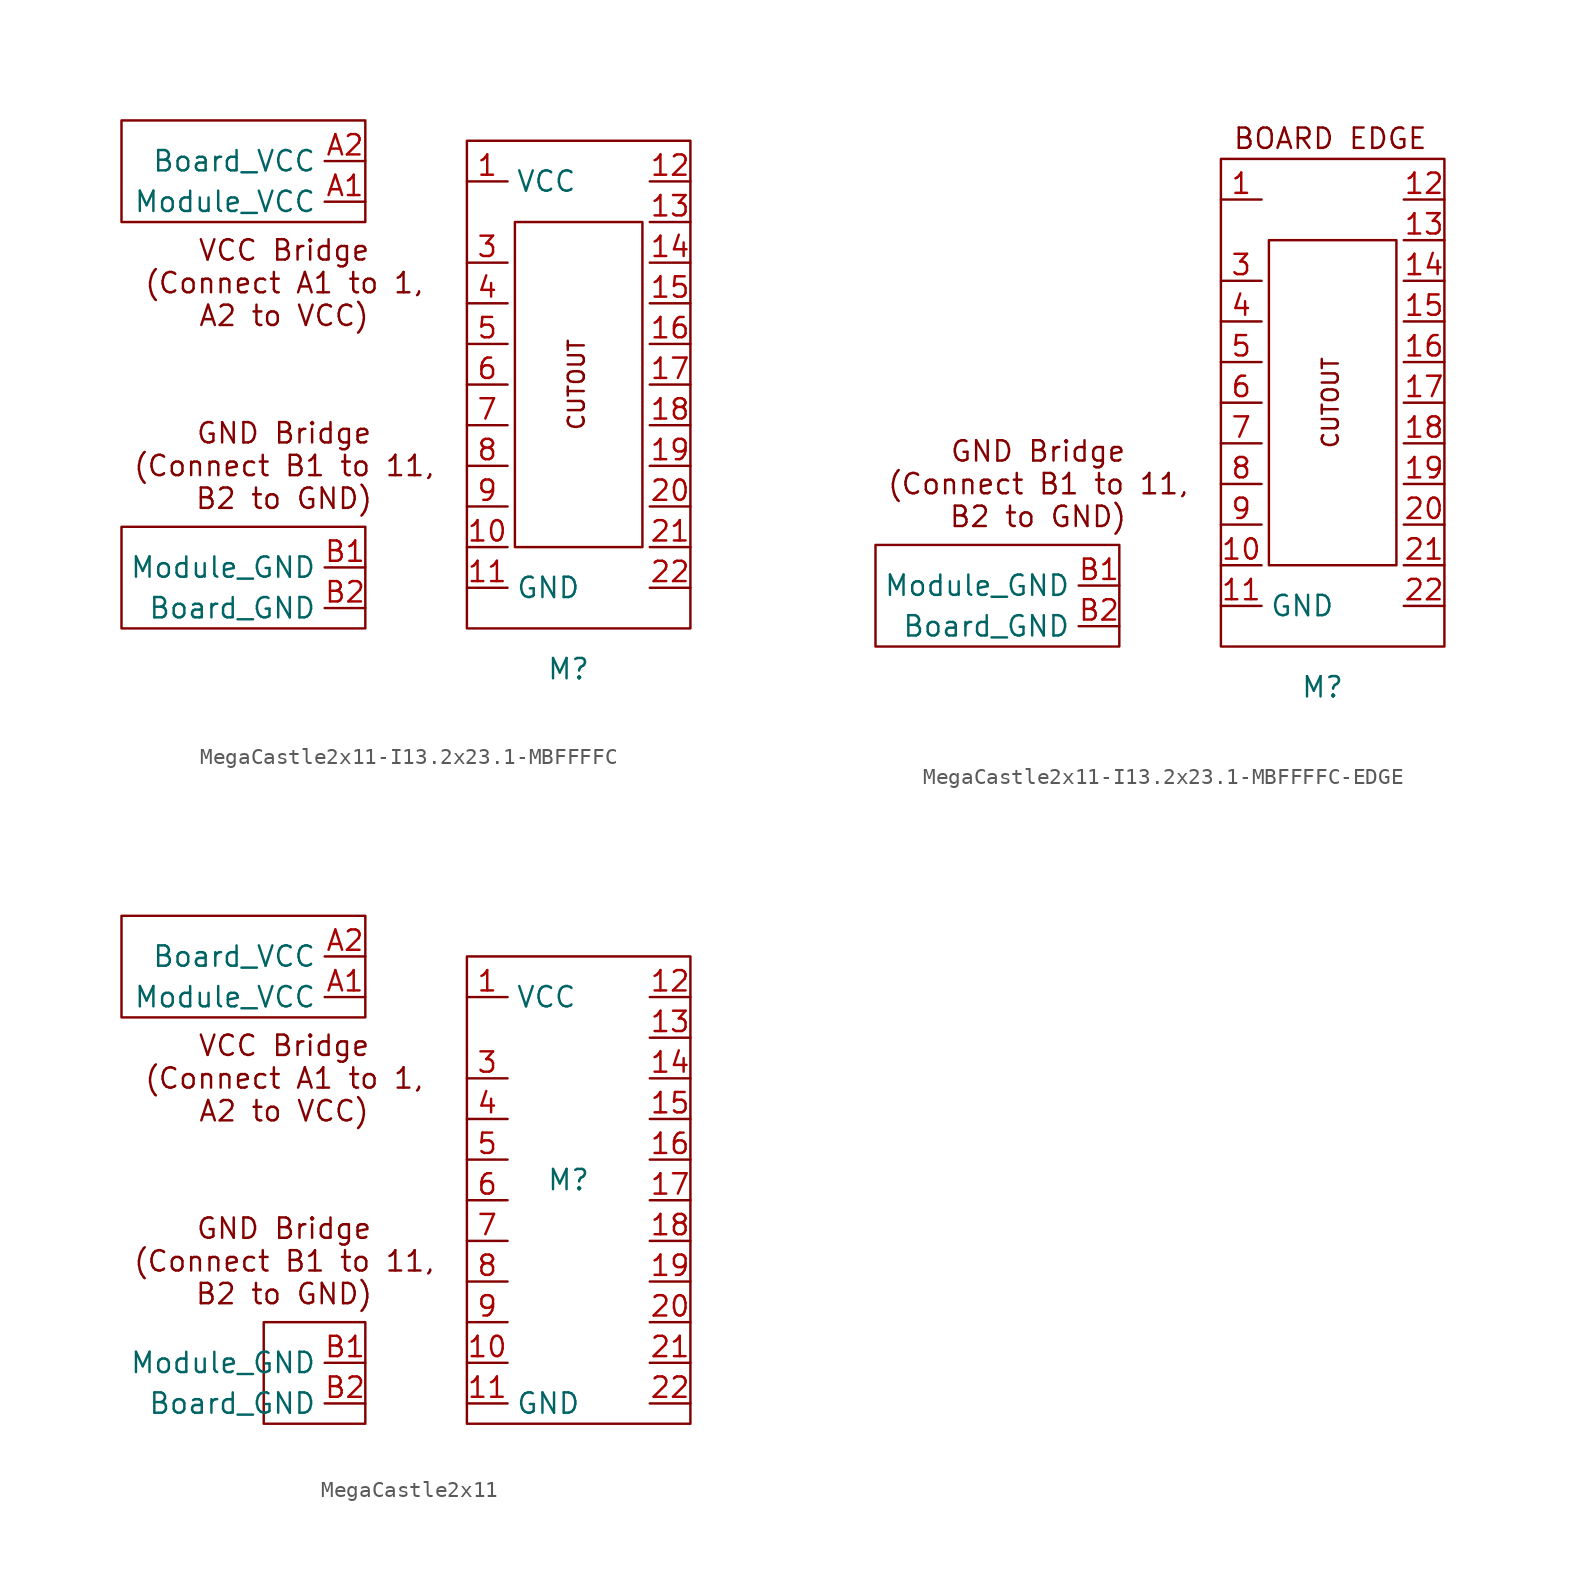
<source format=kicad_sym>
(kicad_symbol_lib
  (version 20241209)
  (generator "kicad_symbol_editor")
  (generator_version "9.0")
  (symbol "MegaCastle2x11-I13.2x23.1-MBFFFFC"
    (property "Reference" "M"
      (at 0 -17.78 0)
      (effects (font (size 1.27 1.27))))
    (property "Value" ""
      (at 0 5.08 0)
      (effects (font (size 1.27 1.27))))
    (symbol "MegaCastle2x11-I13.2x23.1-MBFFFFC_0_1"
      (rectangle (start -27.94 16.51) (end -12.7 10.16) (stroke (width 0) (type default)) (fill (type none)))
      (rectangle (start -27.94 -8.89) (end -12.7 -15.24) (stroke (width 0) (type default)) (fill (type none)))
      (rectangle (start -6.35 15.24) (end 7.62 -15.24) (stroke (width 0) (type default)) (fill (type none)))
      (rectangle (start -3.35 10.16) (end 4.62 -10.16) (stroke (width 0) (type default)) (fill (type none))))
    (symbol "MegaCastle2x11-I13.2x23.1-MBFFFFC_1_1"
      (text "VCC Bridge\n(Connect A1 to 1,\nA2 to VCC)" (at -17.78 6.35 0) (effects (font (size 1.27 1.27))))
      (text "GND Bridge\n(Connect B1 to 11,\nB2 to GND)" (at -17.78 -5.08 0) (effects (font (size 1.27 1.27))))
      (text "CUTOUT" (at 0.5 0 900) (effects (font (size 1 1))))
      (pin bidirectional line (at -12.7 13.97 180) (length 2.54) (name "Board_VCC" (effects (font (size 1.27 1.27)))) (number "A2" (effects (font (size 1.27 1.27)))))
      (pin bidirectional line (at -12.7 11.43 180) (length 2.54) (name "Module_VCC" (effects (font (size 1.27 1.27)))) (number "A1" (effects (font (size 1.27 1.27)))))
      (pin bidirectional line (at -12.7 -11.43 180) (length 2.54) (name "Module_GND" (effects (font (size 1.27 1.27)))) (number "B1" (effects (font (size 1.27 1.27)))))
      (pin bidirectional line (at -12.7 -13.97 180) (length 2.54) (name "Board_GND" (effects (font (size 1.27 1.27)))) (number "B2" (effects (font (size 1.27 1.27)))))
      (pin bidirectional line (at -6.35 12.7 0) (length 2.54) (name "VCC" (effects (font (size 1.27 1.27)))) (number "1" (effects (font (size 1.27 1.27)))))
      (pin bidirectional line (at -6.35 7.62 0) (length 2.54) (name "" (effects (font (size 1.27 1.27)))) (number "3" (effects (font (size 1.27 1.27)))))
      (pin bidirectional line (at -6.35 5.08 0) (length 2.54) (name "" (effects (font (size 1.27 1.27)))) (number "4" (effects (font (size 1.27 1.27)))))
      (pin bidirectional line (at -6.35 2.54 0) (length 2.54) (name "" (effects (font (size 1.27 1.27)))) (number "5" (effects (font (size 1.27 1.27)))))
      (pin bidirectional line (at -6.35 0 0) (length 2.54) (name "" (effects (font (size 1.27 1.27)))) (number "6" (effects (font (size 1.27 1.27)))))
      (pin bidirectional line (at -6.35 -2.54 0) (length 2.54) (name "" (effects (font (size 1.27 1.27)))) (number "7" (effects (font (size 1.27 1.27)))))
      (pin bidirectional line (at -6.35 -5.08 0) (length 2.54) (name "" (effects (font (size 1.27 1.27)))) (number "8" (effects (font (size 1.27 1.27)))))
      (pin bidirectional line (at -6.35 -7.62 0) (length 2.54) (name "" (effects (font (size 1.27 1.27)))) (number "9" (effects (font (size 1.27 1.27)))))
      (pin bidirectional line (at -6.35 -10.16 0) (length 2.54) (name "" (effects (font (size 1.27 1.27)))) (number "10" (effects (font (size 1.27 1.27)))))
      (pin bidirectional line (at -6.35 -12.7 0) (length 2.54) (name "GND" (effects (font (size 1.27 1.27)))) (number "11" (effects (font (size 1.27 1.27)))))
      (pin bidirectional line (at 7.62 12.7 180) (length 2.54) (name "" (effects (font (size 1.27 1.27)))) (number "12" (effects (font (size 1.27 1.27)))))
      (pin bidirectional line (at 7.62 10.16 180) (length 2.54) (name "" (effects (font (size 1.27 1.27)))) (number "13" (effects (font (size 1.27 1.27)))))
      (pin bidirectional line (at 7.62 7.62 180) (length 2.54) (name "" (effects (font (size 1.27 1.27)))) (number "14" (effects (font (size 1.27 1.27)))))
      (pin bidirectional line (at 7.62 5.08 180) (length 2.54) (name "" (effects (font (size 1.27 1.27)))) (number "15" (effects (font (size 1.27 1.27)))))
      (pin bidirectional line (at 7.62 2.54 180) (length 2.54) (name "" (effects (font (size 1.27 1.27)))) (number "16" (effects (font (size 1.27 1.27)))))
      (pin bidirectional line (at 7.62 0 180) (length 2.54) (name "" (effects (font (size 1.27 1.27)))) (number "17" (effects (font (size 1.27 1.27)))))
      (pin bidirectional line (at 7.62 -2.54 180) (length 2.54) (name "" (effects (font (size 1.27 1.27)))) (number "18" (effects (font (size 1.27 1.27)))))
      (pin bidirectional line (at 7.62 -5.08 180) (length 2.54) (name "" (effects (font (size 1.27 1.27)))) (number "19" (effects (font (size 1.27 1.27)))))
      (pin bidirectional line (at 7.62 -7.62 180) (length 2.54) (name "" (effects (font (size 1.27 1.27)))) (number "20" (effects (font (size 1.27 1.27)))))
      (pin bidirectional line (at 7.62 -10.16 180) (length 2.54) (name "" (effects (font (size 1.27 1.27)))) (number "21" (effects (font (size 1.27 1.27)))))
      (pin bidirectional line (at 7.62 -12.7 180) (length 2.54) (name "" (effects (font (size 1.27 1.27)))) (number "22" (effects (font (size 1.27 1.27)))))))
  (symbol "MegaCastle2x11-I13.2x23.1-MBFFFFC-EDGE"
    (property "Reference" "M"
      (at 0 -17.78 0)
      (effects (font (size 1.27 1.27))))
    (property "Value" ""
      (at 0 5.08 0)
      (effects (font (size 1.27 1.27))))
    (symbol "MegaCastle2x11-I13.2x23.1-MBFFFFC-EDGE_0_1"
      (rectangle (start -27.94 -8.89) (end -12.7 -15.24) (stroke (width 0) (type default)) (fill (type none)))
      (rectangle (start -6.35 15.24) (end 7.62 -15.24) (stroke (width 0) (type default)) (fill (type none)))
      (rectangle (start -3.35 10.16) (end 4.62 -10.16) (stroke (width 0) (type default)) (fill (type none))))
    (symbol "MegaCastle2x11-I13.2x23.1-MBFFFFC-EDGE_1_1"
      (text "GND Bridge\n(Connect B1 to 11,\nB2 to GND)" (at -17.78 -5.08 0) (effects (font (size 1.27 1.27))))
      (text " BOARD EDGE" (at 0 16.51 0) (effects (font (size 1.27 1.27))))
      (text "CUTOUT" (at 0.5 0 900) (effects (font (size 1 1))))
      (pin bidirectional line (at -12.7 -11.43 180) (length 2.54) (name "Module_GND" (effects (font (size 1.27 1.27)))) (number "B1" (effects (font (size 1.27 1.27)))))
      (pin bidirectional line (at -12.7 -13.97 180) (length 2.54) (name "Board_GND" (effects (font (size 1.27 1.27)))) (number "B2" (effects (font (size 1.27 1.27)))))
      (pin bidirectional line (at -6.35 12.7 0) (length 2.54) (name "" (effects (font (size 1.27 1.27)))) (number "1" (effects (font (size 1.27 1.27)))))
      (pin bidirectional line (at -6.35 7.62 0) (length 2.54) (name "" (effects (font (size 1.27 1.27)))) (number "3" (effects (font (size 1.27 1.27)))))
      (pin bidirectional line (at -6.35 5.08 0) (length 2.54) (name "" (effects (font (size 1.27 1.27)))) (number "4" (effects (font (size 1.27 1.27)))))
      (pin bidirectional line (at -6.35 2.54 0) (length 2.54) (name "" (effects (font (size 1.27 1.27)))) (number "5" (effects (font (size 1.27 1.27)))))
      (pin bidirectional line (at -6.35 0 0) (length 2.54) (name "" (effects (font (size 1.27 1.27)))) (number "6" (effects (font (size 1.27 1.27)))))
      (pin bidirectional line (at -6.35 -2.54 0) (length 2.54) (name "" (effects (font (size 1.27 1.27)))) (number "7" (effects (font (size 1.27 1.27)))))
      (pin bidirectional line (at -6.35 -5.08 0) (length 2.54) (name "" (effects (font (size 1.27 1.27)))) (number "8" (effects (font (size 1.27 1.27)))))
      (pin bidirectional line (at -6.35 -7.62 0) (length 2.54) (name "" (effects (font (size 1.27 1.27)))) (number "9" (effects (font (size 1.27 1.27)))))
      (pin bidirectional line (at -6.35 -10.16 0) (length 2.54) (name "" (effects (font (size 1.27 1.27)))) (number "10" (effects (font (size 1.27 1.27)))))
      (pin bidirectional line (at -6.35 -12.7 0) (length 2.54) (name "GND" (effects (font (size 1.27 1.27)))) (number "11" (effects (font (size 1.27 1.27)))))
      (pin bidirectional line (at 7.62 12.7 180) (length 2.54) (name "" (effects (font (size 1.27 1.27)))) (number "12" (effects (font (size 1.27 1.27)))))
      (pin bidirectional line (at 7.62 10.16 180) (length 2.54) (name "" (effects (font (size 1.27 1.27)))) (number "13" (effects (font (size 1.27 1.27)))))
      (pin bidirectional line (at 7.62 7.62 180) (length 2.54) (name "" (effects (font (size 1.27 1.27)))) (number "14" (effects (font (size 1.27 1.27)))))
      (pin bidirectional line (at 7.62 5.08 180) (length 2.54) (name "" (effects (font (size 1.27 1.27)))) (number "15" (effects (font (size 1.27 1.27)))))
      (pin bidirectional line (at 7.62 2.54 180) (length 2.54) (name "" (effects (font (size 1.27 1.27)))) (number "16" (effects (font (size 1.27 1.27)))))
      (pin bidirectional line (at 7.62 0 180) (length 2.54) (name "" (effects (font (size 1.27 1.27)))) (number "17" (effects (font (size 1.27 1.27)))))
      (pin bidirectional line (at 7.62 -2.54 180) (length 2.54) (name "" (effects (font (size 1.27 1.27)))) (number "18" (effects (font (size 1.27 1.27)))))
      (pin bidirectional line (at 7.62 -5.08 180) (length 2.54) (name "" (effects (font (size 1.27 1.27)))) (number "19" (effects (font (size 1.27 1.27)))))
      (pin bidirectional line (at 7.62 -7.62 180) (length 2.54) (name "" (effects (font (size 1.27 1.27)))) (number "20" (effects (font (size 1.27 1.27)))))
      (pin bidirectional line (at 7.62 -10.16 180) (length 2.54) (name "" (effects (font (size 1.27 1.27)))) (number "21" (effects (font (size 1.27 1.27)))))
      (pin bidirectional line (at 7.62 -12.7 180) (length 2.54) (name "" (effects (font (size 1.27 1.27)))) (number "22" (effects (font (size 1.27 1.27)))))))
  (symbol "MegaCastle2x11"
    (property "Reference" "M"
      (at 0 0 0)
      (effects (font (size 1.27 1.27))))
    (property "Value" ""
      (at 0 5.08 0)
      (effects (font (size 1.27 1.27))))
    (symbol "MegaCastle2x11_0_1"
      (rectangle (start -27.94 16.51) (end -12.7 10.16) (stroke (width 0) (type default)) (fill (type none)))
      (rectangle (start -19.05 -8.89) (end -12.7 -15.24) (stroke (width 0) (type default)) (fill (type none)))
      (rectangle (start -6.35 13.97) (end 7.62 -15.24) (stroke (width 0) (type default)) (fill (type none))))
    (symbol "MegaCastle2x11_1_1"
      (text "VCC Bridge\n(Connect A1 to 1,\nA2 to VCC)" (at -17.78 6.35 0) (effects (font (size 1.27 1.27))))
      (text "GND Bridge\n(Connect B1 to 11,\nB2 to GND)" (at -17.78 -5.08 0) (effects (font (size 1.27 1.27))))
      (pin bidirectional line (at -12.7 13.97 180) (length 2.54) (name "Board_VCC" (effects (font (size 1.27 1.27)))) (number "A2" (effects (font (size 1.27 1.27)))))
      (pin bidirectional line (at -12.7 11.43 180) (length 2.54) (name "Module_VCC" (effects (font (size 1.27 1.27)))) (number "A1" (effects (font (size 1.27 1.27)))))
      (pin bidirectional line (at -12.7 -11.43 180) (length 2.54) (name "Module_GND" (effects (font (size 1.27 1.27)))) (number "B1" (effects (font (size 1.27 1.27)))))
      (pin bidirectional line (at -12.7 -13.97 180) (length 2.54) (name "Board_GND" (effects (font (size 1.27 1.27)))) (number "B2" (effects (font (size 1.27 1.27)))))
      (pin bidirectional line (at -6.35 11.43 0) (length 2.54) (name "VCC" (effects (font (size 1.27 1.27)))) (number "1" (effects (font (size 1.27 1.27)))))
      (pin bidirectional line (at -6.35 6.35 0) (length 2.54) (name "" (effects (font (size 1.27 1.27)))) (number "3" (effects (font (size 1.27 1.27)))))
      (pin bidirectional line (at -6.35 3.81 0) (length 2.54) (name "" (effects (font (size 1.27 1.27)))) (number "4" (effects (font (size 1.27 1.27)))))
      (pin bidirectional line (at -6.35 1.27 0) (length 2.54) (name "" (effects (font (size 1.27 1.27)))) (number "5" (effects (font (size 1.27 1.27)))))
      (pin bidirectional line (at -6.35 -1.27 0) (length 2.54) (name "" (effects (font (size 1.27 1.27)))) (number "6" (effects (font (size 1.27 1.27)))))
      (pin bidirectional line (at -6.35 -3.81 0) (length 2.54) (name "" (effects (font (size 1.27 1.27)))) (number "7" (effects (font (size 1.27 1.27)))))
      (pin bidirectional line (at -6.35 -6.35 0) (length 2.54) (name "" (effects (font (size 1.27 1.27)))) (number "8" (effects (font (size 1.27 1.27)))))
      (pin bidirectional line (at -6.35 -8.89 0) (length 2.54) (name "" (effects (font (size 1.27 1.27)))) (number "9" (effects (font (size 1.27 1.27)))))
      (pin bidirectional line (at -6.35 -11.43 0) (length 2.54) (name "" (effects (font (size 1.27 1.27)))) (number "10" (effects (font (size 1.27 1.27)))))
      (pin bidirectional line (at -6.35 -13.97 0) (length 2.54) (name "GND" (effects (font (size 1.27 1.27)))) (number "11" (effects (font (size 1.27 1.27)))))
      (pin bidirectional line (at 7.62 11.43 180) (length 2.54) (name "" (effects (font (size 1.27 1.27)))) (number "12" (effects (font (size 1.27 1.27)))))
      (pin bidirectional line (at 7.62 8.89 180) (length 2.54) (name "" (effects (font (size 1.27 1.27)))) (number "13" (effects (font (size 1.27 1.27)))))
      (pin bidirectional line (at 7.62 6.35 180) (length 2.54) (name "" (effects (font (size 1.27 1.27)))) (number "14" (effects (font (size 1.27 1.27)))))
      (pin bidirectional line (at 7.62 3.81 180) (length 2.54) (name "" (effects (font (size 1.27 1.27)))) (number "15" (effects (font (size 1.27 1.27)))))
      (pin bidirectional line (at 7.62 1.27 180) (length 2.54) (name "" (effects (font (size 1.27 1.27)))) (number "16" (effects (font (size 1.27 1.27)))))
      (pin bidirectional line (at 7.62 -1.27 180) (length 2.54) (name "" (effects (font (size 1.27 1.27)))) (number "17" (effects (font (size 1.27 1.27)))))
      (pin bidirectional line (at 7.62 -3.81 180) (length 2.54) (name "" (effects (font (size 1.27 1.27)))) (number "18" (effects (font (size 1.27 1.27)))))
      (pin bidirectional line (at 7.62 -6.35 180) (length 2.54) (name "" (effects (font (size 1.27 1.27)))) (number "19" (effects (font (size 1.27 1.27)))))
      (pin bidirectional line (at 7.62 -8.89 180) (length 2.54) (name "" (effects (font (size 1.27 1.27)))) (number "20" (effects (font (size 1.27 1.27)))))
      (pin bidirectional line (at 7.62 -11.43 180) (length 2.54) (name "" (effects (font (size 1.27 1.27)))) (number "21" (effects (font (size 1.27 1.27)))))
      (pin bidirectional line (at 7.62 -13.97 180) (length 2.54) (name "" (effects (font (size 1.27 1.27)))) (number "22" (effects (font (size 1.27 1.27))))))))
</source>
